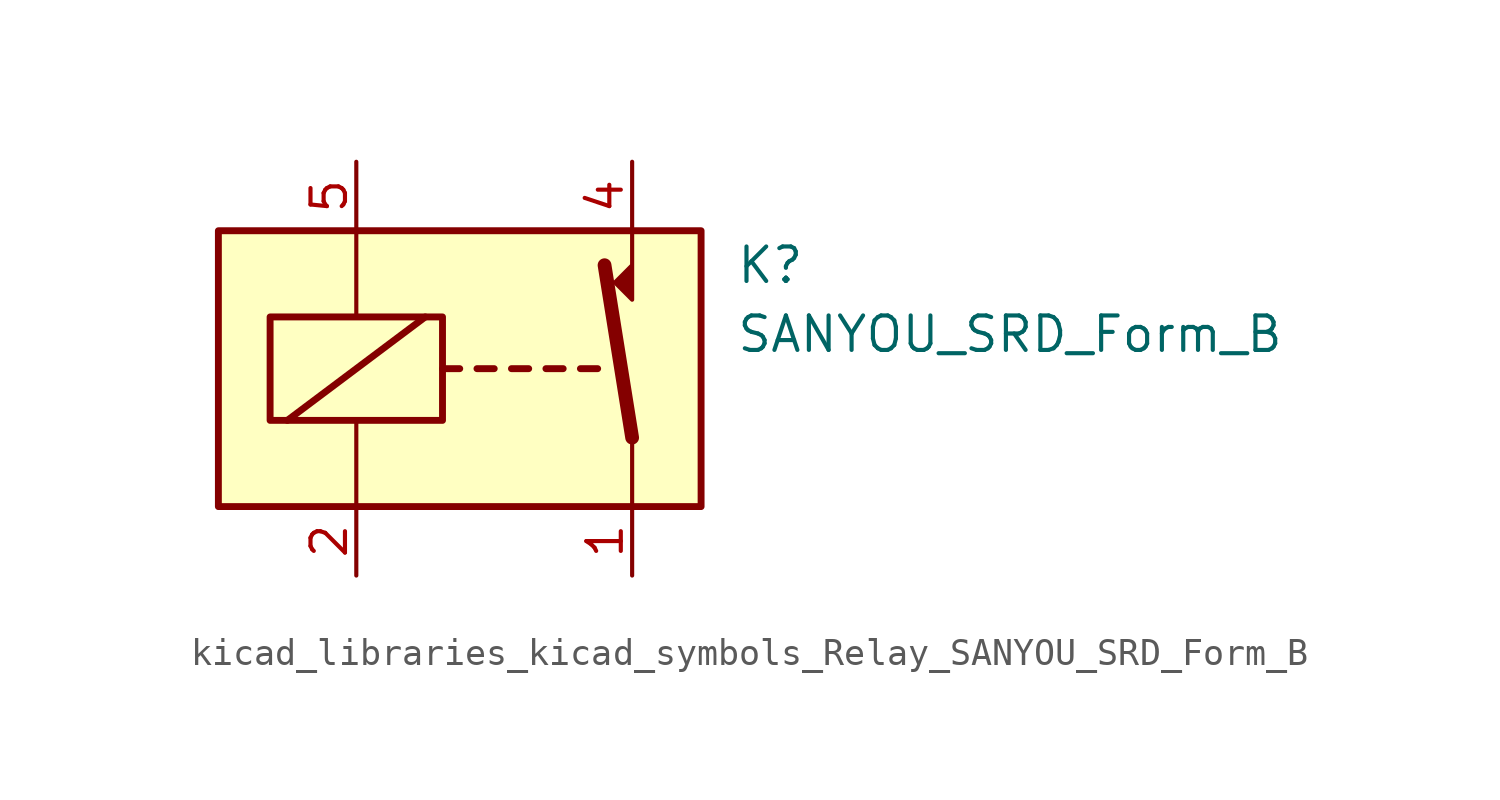
<source format=kicad_sym>
(kicad_symbol_lib
  (version 20220914)
  (generator kicad_symbol_editor)
  (symbol "kicad_libraries_kicad_symbols_Relay_SANYOU_SRD_Form_B"
    (property "Reference" "K"
      (at 8.89 3.81 0)
      (effects (font (size 1.27 1.27)) (justify left)))
    (property "Value" "SANYOU_SRD_Form_B"
      (at 8.89 1.27 0)
      (effects (font (size 1.27 1.27)) (justify left)))
    (symbol "kicad_libraries_kicad_symbols_Relay_SANYOU_SRD_Form_B_0_1"
      (rectangle (start -10.16 5.08) (end 7.62 -5.08) (stroke (width 0.254) (type default)) (fill (type background)))
      (rectangle (start -8.255 1.905) (end -1.905 -1.905) (stroke (width 0.254) (type default)) (fill (type none)))
      (polyline (pts (xy -7.62 -1.905) (xy -2.54 1.905)) (stroke (width 0.254) (type default)) (fill (type none)))
      (polyline (pts (xy -5.08 -5.08) (xy -5.08 -1.905)) (stroke (width 0) (type default)) (fill (type none)))
      (polyline (pts (xy -5.08 5.08) (xy -5.08 1.905)) (stroke (width 0) (type default)) (fill (type none)))
      (polyline (pts (xy -1.905 0) (xy -1.27 0)) (stroke (width 0.254) (type default)) (fill (type none)))
      (polyline (pts (xy -0.635 0) (xy 0 0)) (stroke (width 0.254) (type default)) (fill (type none)))
      (polyline (pts (xy 0.635 0) (xy 1.27 0)) (stroke (width 0.254) (type default)) (fill (type none)))
      (polyline (pts (xy 1.905 0) (xy 2.54 0)) (stroke (width 0.254) (type default)) (fill (type none)))
      (polyline (pts (xy 3.175 0) (xy 3.81 0)) (stroke (width 0.254) (type default)) (fill (type none)))
      (polyline (pts (xy 5.08 -2.54) (xy 4.064 3.81)) (stroke (width 0.508) (type default)) (fill (type none)))
      (polyline (pts (xy 5.08 -2.54) (xy 5.08 -5.08)) (stroke (width 0) (type default)) (fill (type none)))
      (polyline (pts (xy 5.08 3.81) (xy 4.445 3.175) (xy 5.08 2.54) (xy 5.08 5.08)) (stroke (width 0) (type default)) (fill (type outline))))
    (symbol "kicad_libraries_kicad_symbols_Relay_SANYOU_SRD_Form_B_1_1"
      (pin passive line (at 5.08 -7.62 90) (length 2.54) (name "~" (effects (font (size 1.27 1.27)))) (number "1" (effects (font (size 1.27 1.27)))))
      (pin passive line (at -5.08 -7.62 90) (length 2.54) (name "~" (effects (font (size 1.27 1.27)))) (number "2" (effects (font (size 1.27 1.27)))))
      (pin passive line (at 5.08 7.62 270) (length 2.54) (name "~" (effects (font (size 1.27 1.27)))) (number "4" (effects (font (size 1.27 1.27)))))
      (pin passive line (at -5.08 7.62 270) (length 2.54) (name "~" (effects (font (size 1.27 1.27)))) (number "5" (effects (font (size 1.27 1.27))))))))
</source>
